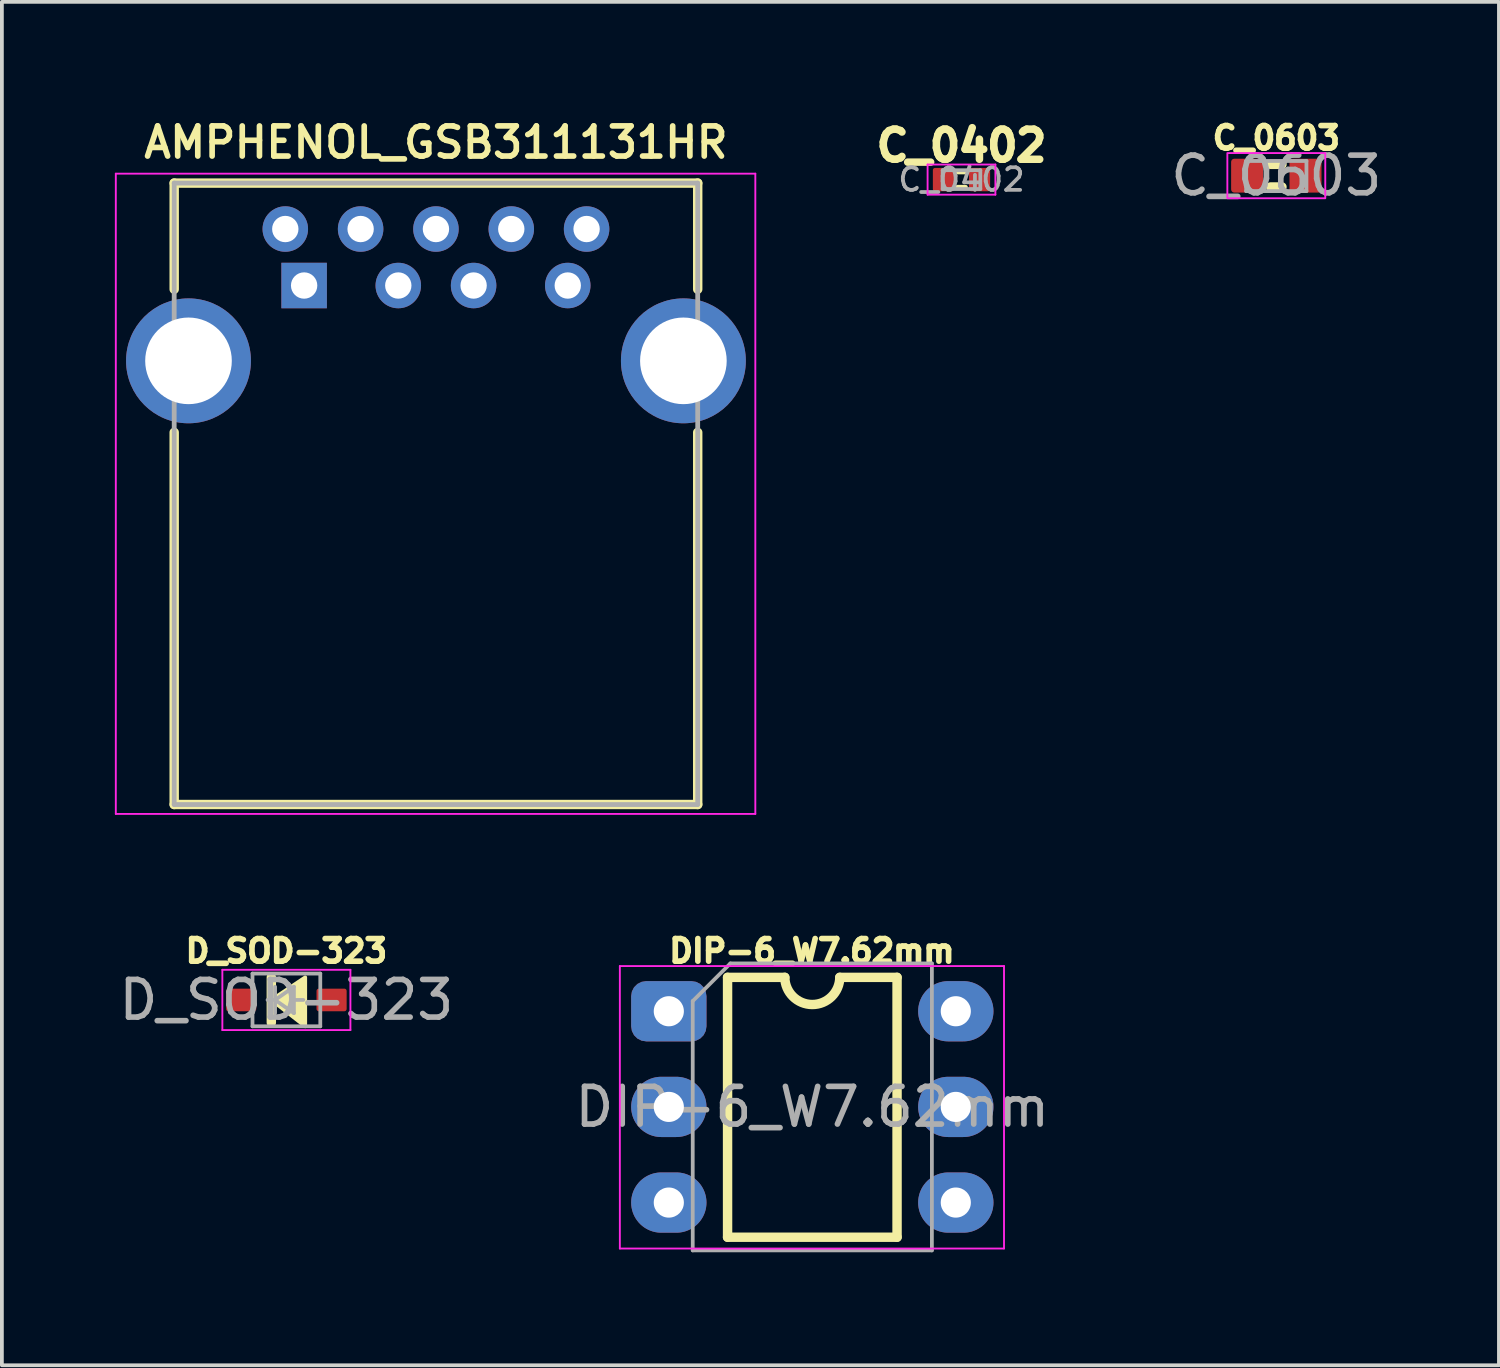
<source format=kicad_pcb>
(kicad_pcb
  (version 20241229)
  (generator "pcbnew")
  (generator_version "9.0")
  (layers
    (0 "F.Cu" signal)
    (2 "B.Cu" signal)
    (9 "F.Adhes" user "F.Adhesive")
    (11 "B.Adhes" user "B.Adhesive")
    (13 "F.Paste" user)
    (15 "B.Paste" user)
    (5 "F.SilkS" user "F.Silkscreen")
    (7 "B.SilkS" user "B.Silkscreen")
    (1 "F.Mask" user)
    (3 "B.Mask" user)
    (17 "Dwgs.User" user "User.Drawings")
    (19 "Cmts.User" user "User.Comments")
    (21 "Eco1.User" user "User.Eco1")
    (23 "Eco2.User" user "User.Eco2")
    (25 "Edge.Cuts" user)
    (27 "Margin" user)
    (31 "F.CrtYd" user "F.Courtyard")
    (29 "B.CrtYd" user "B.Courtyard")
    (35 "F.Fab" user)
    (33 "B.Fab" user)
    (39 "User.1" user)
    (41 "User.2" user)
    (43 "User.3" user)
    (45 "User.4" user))
  (footprint "DIP-6_W7.62mm"
    (layer "F.Cu")
    (at 14.708 23.8)
    (property "Reference" "DIP-6_W7.62mm" (at 3.8 -1.6 0) (layer "F.SilkS") (effects (font (size 0.6 0.6) (thickness 0.15))))
    (attr through_hole)
    (fp_line (start 1.56 -0.9) (end 1.56 6) (stroke (width 0.25) (type solid)) (layer "F.SilkS"))
    (fp_line (start 1.56 6) (end 6.06 6) (stroke (width 0.25) (type solid)) (layer "F.SilkS"))
    (fp_line (start 3.08 -0.9) (end 1.56 -0.9) (stroke (width 0.25) (type solid)) (layer "F.SilkS"))
    (fp_line (start 6.06 -0.9) (end 4.54 -0.9) (stroke (width 0.25) (type solid)) (layer "F.SilkS"))
    (fp_line (start 6.06 6) (end 6.06 -0.9) (stroke (width 0.25) (type solid)) (layer "F.SilkS"))
    (fp_arc (start 4.540034 -0.9) (mid 3.809966 -0.169932) (end 3.079898 -0.9) (stroke (width 0.25) (type solid)) (layer "F.SilkS"))
    (fp_line (start -1.3 -1.2) (end -1.3 6.3) (stroke (width 0.05) (type solid)) (layer "F.CrtYd"))
    (fp_line (start -1.3 6.3) (end 8.9 6.3) (stroke (width 0.05) (type solid)) (layer "F.CrtYd"))
    (fp_line (start 8.9 -1.2) (end -1.3 -1.2) (stroke (width 0.05) (type solid)) (layer "F.CrtYd"))
    (fp_line (start 8.9 6.3) (end 8.9 -1.2) (stroke (width 0.05) (type solid)) (layer "F.CrtYd"))
    (fp_line (start 0.635 -0.27) (end 1.635 -1.27) (stroke (width 0.1) (type solid)) (layer "F.Fab"))
    (fp_line (start 0.635 6.35) (end 0.635 -0.27) (stroke (width 0.1) (type solid)) (layer "F.Fab"))
    (fp_line (start 1.635 -1.27) (end 6.985 -1.27) (stroke (width 0.1) (type solid)) (layer "F.Fab"))
    (fp_line (start 6.985 -1.27) (end 6.985 6.35) (stroke (width 0.1) (type solid)) (layer "F.Fab"))
    (fp_line (start 6.985 6.35) (end 0.635 6.35) (stroke (width 0.1) (type solid)) (layer "F.Fab"))
    (fp_text user "${REFERENCE}" (at 3.81 2.54 0) (layer "F.Fab") (effects (font (size 1 1) (thickness 0.15))))
    (pad "1" thru_hole roundrect (at 0 0) (size 2 1.6) (drill 0.8) (layers "*.Cu" "*.Mask") (roundrect_rratio 0.25))
    (pad "2" thru_hole oval (at 0 2.54) (size 2 1.6) (drill 0.8) (layers "*.Cu" "*.Mask"))
    (pad "3" thru_hole oval (at 0 5.08) (size 2 1.6) (drill 0.8) (layers "*.Cu" "*.Mask"))
    (pad "4" thru_hole oval (at 7.62 5.08) (size 2 1.6) (drill 0.8) (layers "*.Cu" "*.Mask"))
    (pad "5" thru_hole oval (at 7.62 2.54) (size 2 1.6) (drill 0.8) (layers "*.Cu" "*.Mask"))
    (pad "6" thru_hole oval (at 7.62 0) (size 2 1.6) (drill 0.8) (layers "*.Cu" "*.Mask")))
  (footprint "D_SOD-323"
    (layer "F.Cu")
    (at 4.554 23.5)
    (property "Reference" "D_SOD-323" (at 0 -1.3 0) (layer "F.SilkS") (effects (font (size 0.6 0.6) (thickness 0.15))))
    (attr smd)
    (fp_line (start -0.4 -0.6) (end -0.4 0.6) (stroke (width 0.25) (type default)) (layer "F.SilkS"))
    (fp_poly (pts (xy -0.4 0) (xy 0.5 -0.6) (xy 0.5 0.7)) (stroke (width 0.1) (type solid)) (fill yes) (layer "F.SilkS"))
    (fp_line (start -1.7 -0.8) (end -1.7 0.8) (stroke (width 0.05) (type solid)) (layer "F.CrtYd"))
    (fp_line (start -1.7 -0.8) (end 1.7 -0.8) (stroke (width 0.05) (type solid)) (layer "F.CrtYd"))
    (fp_line (start -1.7 0.8) (end 1.7 0.8) (stroke (width 0.05) (type solid)) (layer "F.CrtYd"))
    (fp_line (start 1.7 -0.8) (end 1.7 0.8) (stroke (width 0.05) (type solid)) (layer "F.CrtYd"))
    (fp_line (start -0.9 -0.7) (end 0.9 -0.7) (stroke (width 0.1) (type solid)) (layer "F.Fab"))
    (fp_line (start -0.9 0.7) (end -0.9 -0.7) (stroke (width 0.1) (type solid)) (layer "F.Fab"))
    (fp_line (start -0.3 -0.35) (end -0.3 0.35) (stroke (width 0.1) (type solid)) (layer "F.Fab"))
    (fp_line (start -0.3 0) (end -0.5 0) (stroke (width 0.1) (type solid)) (layer "F.Fab"))
    (fp_line (start -0.3 0) (end 0.2 -0.35) (stroke (width 0.1) (type solid)) (layer "F.Fab"))
    (fp_line (start 0.2 -0.35) (end 0.2 0.35) (stroke (width 0.1) (type solid)) (layer "F.Fab"))
    (fp_line (start 0.2 0) (end 0.45 0) (stroke (width 0.1) (type solid)) (layer "F.Fab"))
    (fp_line (start 0.2 0.35) (end -0.3 0) (stroke (width 0.1) (type solid)) (layer "F.Fab"))
    (fp_line (start 0.9 -0.7) (end 0.9 0.7) (stroke (width 0.1) (type solid)) (layer "F.Fab"))
    (fp_line (start 0.9 0.7) (end -0.9 0.7) (stroke (width 0.1) (type solid)) (layer "F.Fab"))
    (fp_text user "${REFERENCE}" (at 0 0 0) (layer "F.Fab") (effects (font (size 1 1) (thickness 0.15))))
    (pad "1" smd roundrect (at -1.2 0) (size 0.8 0.6) (layers "F.Cu" "F.Mask" "F.Paste") (roundrect_rratio 0.1))
    (pad "2" smd roundrect (at 1.2 0) (size 0.8 0.6) (layers "F.Cu" "F.Mask" "F.Paste") (roundrect_rratio 0.1)))
  (footprint "C_0402"
    (layer "F.Cu")
    (at 22.479 1.719)
    (property "Reference" "C_0402" (at 0 -0.9 0) (unlocked yes) (layer "F.SilkS") (effects (font (size 0.8 0.8) (thickness 0.2) (bold yes))))
    (attr smd)
    (fp_line (start -0.108 -0.2) (end 0.108 -0.2) (stroke (width 0.12) (type solid)) (layer "F.SilkS"))
    (fp_line (start -0.108 0.2) (end 0.108 0.2) (stroke (width 0.12) (type solid)) (layer "F.SilkS"))
    (fp_line (start -0.9 -0.4) (end 0.9 -0.4) (stroke (width 0.05) (type solid)) (layer "F.CrtYd"))
    (fp_line (start -0.9 0.4) (end -0.9 -0.4) (stroke (width 0.05) (type solid)) (layer "F.CrtYd"))
    (fp_line (start 0.9 -0.4) (end 0.9 0.4) (stroke (width 0.05) (type solid)) (layer "F.CrtYd"))
    (fp_line (start 0.9 0.4) (end -0.9 0.4) (stroke (width 0.05) (type solid)) (layer "F.CrtYd"))
    (fp_line (start -0.5 -0.25) (end 0.5 -0.25) (stroke (width 0.1) (type solid)) (layer "F.Fab"))
    (fp_line (start -0.5 0.25) (end -0.5 -0.25) (stroke (width 0.1) (type solid)) (layer "F.Fab"))
    (fp_line (start 0.5 -0.25) (end 0.5 0.25) (stroke (width 0.1) (type solid)) (layer "F.Fab"))
    (fp_line (start 0.5 0.25) (end -0.5 0.25) (stroke (width 0.1) (type solid)) (layer "F.Fab"))
    (fp_text user "${REFERENCE}" (at 0 0 0) (unlocked yes) (layer "F.Fab") (effects (font (size 0.6 0.6) (thickness 0.1))))
    (pad "1" smd roundrect (at -0.48 0) (size 0.56 0.62) (layers "F.Cu" "F.Mask" "F.Paste") (roundrect_rratio 0.1))
    (pad "2" smd roundrect (at 0.48 0) (size 0.56 0.62) (layers "F.Cu" "F.Mask" "F.Paste") (roundrect_rratio 0.1)))
  (footprint "AMPHENOL_GSB311131HR"
    (layer "F.Cu")
    (at 8.525 4.531)
    (property "Reference" "AMPHENOL_GSB311131HR" (at 0 -3.8 0) (layer "F.SilkS") (effects (font (size 0.8 0.8) (thickness 0.15))))
    (attr through_hole)
    (fp_line (start -6.95 -2.72) (end 6.95 -2.72) (stroke (width 0.25) (type solid)) (layer "F.SilkS"))
    (fp_line (start -6.95 0.1) (end -6.95 -2.72) (stroke (width 0.25) (type solid)) (layer "F.SilkS"))
    (fp_line (start -6.95 13.78) (end -6.95 3.9) (stroke (width 0.25) (type solid)) (layer "F.SilkS"))
    (fp_line (start 6.95 -2.72) (end 6.95 0.1) (stroke (width 0.25) (type solid)) (layer "F.SilkS"))
    (fp_line (start 6.95 3.9) (end 6.95 13.78) (stroke (width 0.25) (type solid)) (layer "F.SilkS"))
    (fp_line (start 6.95 13.78) (end -6.95 13.78) (stroke (width 0.25) (type solid)) (layer "F.SilkS"))
    (fp_line (start -8.5 -2.97) (end 8.48 -2.97) (stroke (width 0.05) (type solid)) (layer "F.CrtYd"))
    (fp_line (start -8.5 14.03) (end -8.5 -2.97) (stroke (width 0.05) (type solid)) (layer "F.CrtYd"))
    (fp_line (start 8.48 -2.97) (end 8.48 14.03) (stroke (width 0.05) (type solid)) (layer "F.CrtYd"))
    (fp_line (start 8.48 14.03) (end -8.5 14.03) (stroke (width 0.05) (type solid)) (layer "F.CrtYd"))
    (fp_line (start -6.95 -2.72) (end 6.95 -2.72) (stroke (width 0.127) (type solid)) (layer "F.Fab"))
    (fp_line (start -6.95 13.78) (end -6.95 -2.72) (stroke (width 0.127) (type solid)) (layer "F.Fab"))
    (fp_line (start 6.95 -2.72) (end 6.95 13.78) (stroke (width 0.127) (type solid)) (layer "F.Fab"))
    (fp_line (start 6.95 13.78) (end -6.95 13.78) (stroke (width 0.127) (type solid)) (layer "F.Fab"))
    (pad "1" thru_hole rect (at -3.5 0) (size 1.208 1.208) (drill 0.7) (layers "*.Cu" "*.Mask"))
    (pad "2" thru_hole circle (at -1 0) (size 1.208 1.208) (drill 0.7) (layers "*.Cu" "*.Mask"))
    (pad "3" thru_hole circle (at 1 0) (size 1.208 1.208) (drill 0.7) (layers "*.Cu" "*.Mask"))
    (pad "4" thru_hole circle (at 3.5 0) (size 1.208 1.208) (drill 0.7) (layers "*.Cu" "*.Mask"))
    (pad "5" thru_hole circle (at 4 -1.5) (size 1.208 1.208) (drill 0.7) (layers "*.Cu" "*.Mask"))
    (pad "6" thru_hole circle (at 2 -1.5) (size 1.208 1.208) (drill 0.7) (layers "*.Cu" "*.Mask"))
    (pad "7" thru_hole circle (at 0 -1.5) (size 1.208 1.208) (drill 0.7) (layers "*.Cu" "*.Mask"))
    (pad "8" thru_hole circle (at -2 -1.5) (size 1.208 1.208) (drill 0.7) (layers "*.Cu" "*.Mask"))
    (pad "9" thru_hole circle (at -4 -1.5) (size 1.208 1.208) (drill 0.7) (layers "*.Cu" "*.Mask"))
    (pad "10" thru_hole circle (at -6.57 2) (size 3.316 3.316) (drill 2.3) (layers "*.Cu" "*.Mask"))
    (pad "10" thru_hole circle (at 6.57 2) (size 3.316 3.316) (drill 2.3) (layers "*.Cu" "*.Mask")))
  (footprint "C_0603"
    (layer "F.Cu")
    (at 30.838 1.614)
    (property "Reference" "C_0603" (at 0 -1 0) (unlocked yes) (layer "F.SilkS") (effects (font (size 0.6 0.6) (thickness 0.15) (bold yes))))
    (attr smd)
    (fp_line (start -0.15 -0.3) (end 0.15 -0.3) (stroke (width 0.25) (type default)) (layer "F.SilkS"))
    (fp_line (start -0.15 0.3) (end 0.15 0.3) (stroke (width 0.25) (type default)) (layer "F.SilkS"))
    (fp_rect (start -1.3 -0.6) (end 1.3 0.6) (stroke (width 0.05) (type default)) (fill no) (layer "F.CrtYd"))
    (fp_line (start -0.8 -0.39) (end 0.8 -0.39) (stroke (width 0.1) (type solid)) (layer "F.Fab"))
    (fp_line (start -0.8 0.41) (end -0.8 -0.39) (stroke (width 0.1) (type solid)) (layer "F.Fab"))
    (fp_line (start 0.8 -0.39) (end 0.8 0.41) (stroke (width 0.1) (type solid)) (layer "F.Fab"))
    (fp_line (start 0.8 0.41) (end -0.8 0.41) (stroke (width 0.1) (type solid)) (layer "F.Fab"))
    (fp_text user "${REFERENCE}" (at 0 0 0) (unlocked yes) (layer "F.Fab") (effects (font (size 1 1) (thickness 0.15))))
    (pad "1" smd roundrect (at -0.775 0) (size 0.85 0.9) (layers "F.Cu" "F.Mask" "F.Paste") (roundrect_rratio 0.1))
    (pad "2" smd roundrect (at 0.775 0) (size 0.85 0.9) (layers "F.Cu" "F.Mask" "F.Paste") (roundrect_rratio 0.1)))
  (gr_rect
    (start -3 -3)
    (end 36.749 33.2)
    (stroke (width 0.1) (type default))
    (fill no)
    (layer "Edge.Cuts")))
</source>
